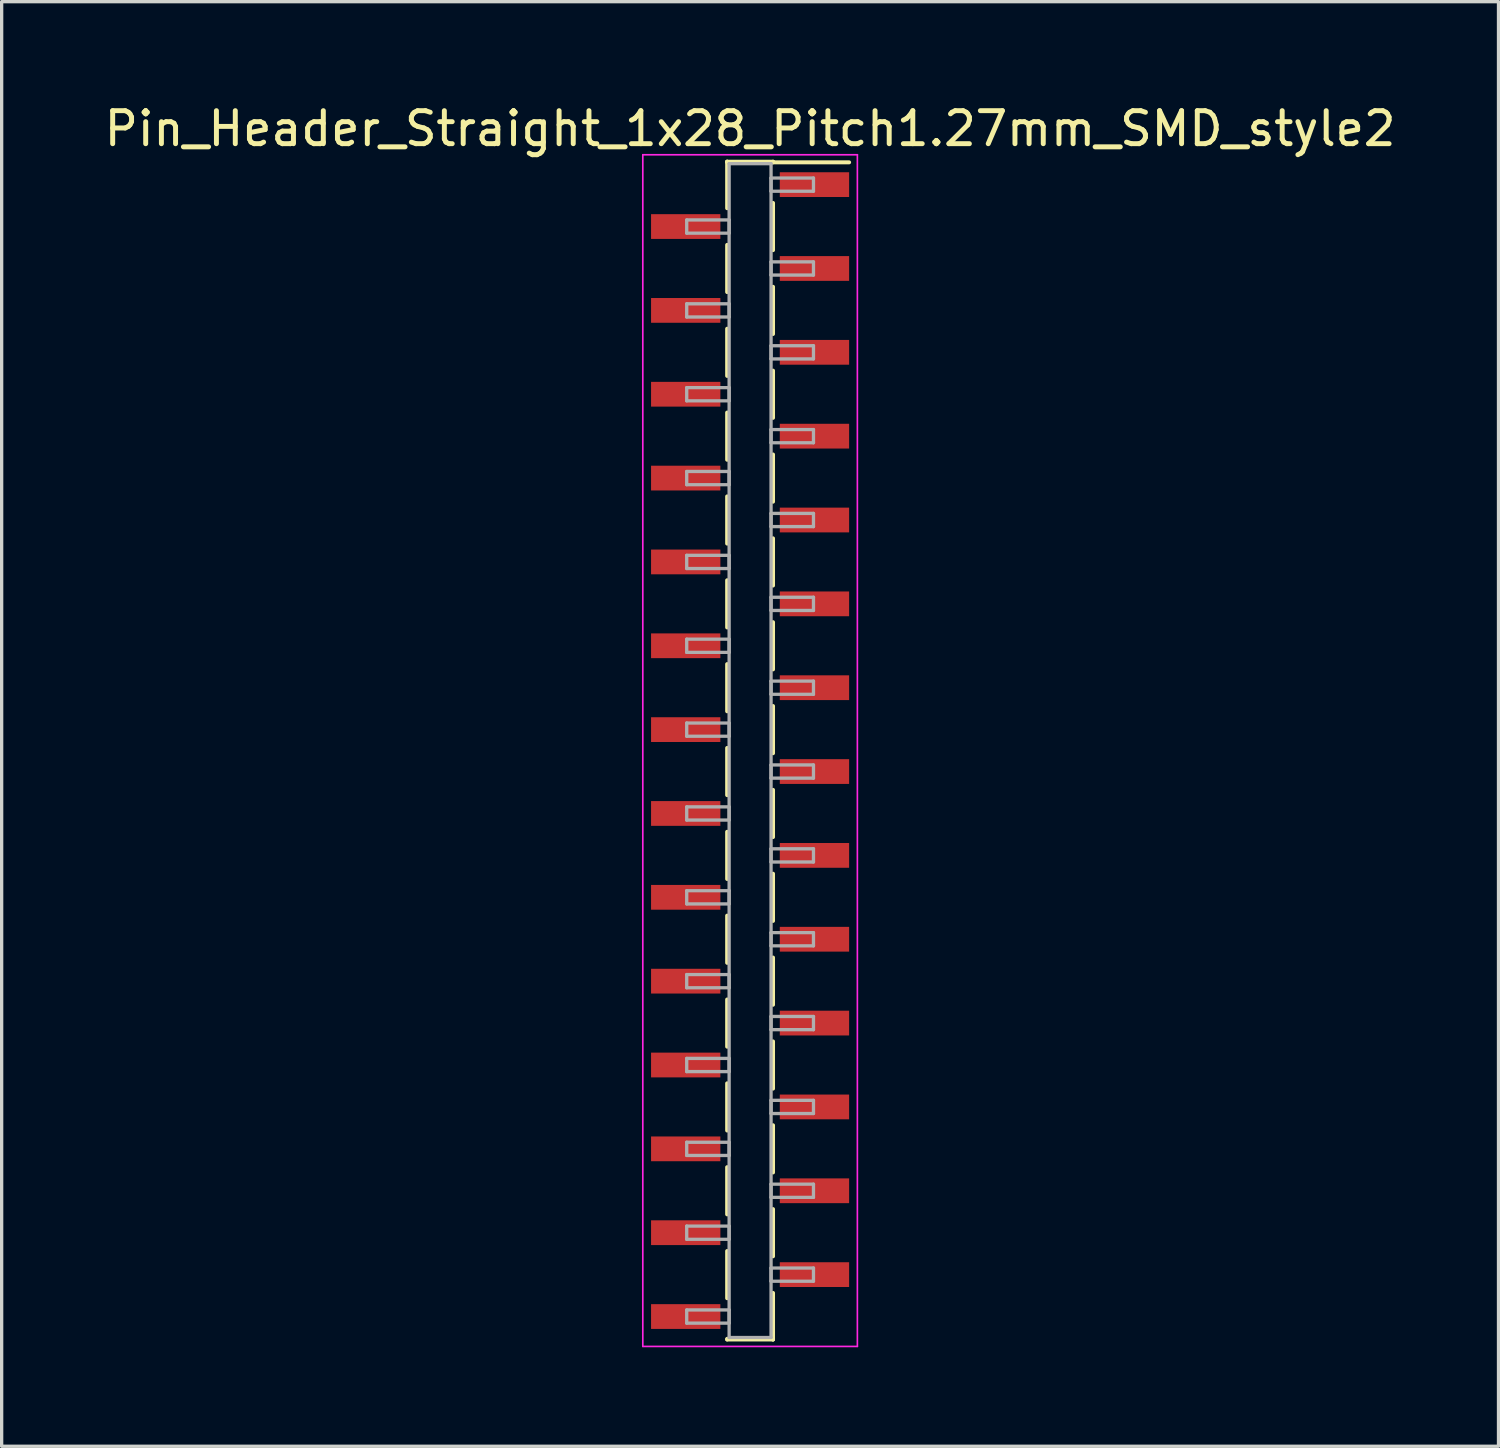
<source format=kicad_pcb>
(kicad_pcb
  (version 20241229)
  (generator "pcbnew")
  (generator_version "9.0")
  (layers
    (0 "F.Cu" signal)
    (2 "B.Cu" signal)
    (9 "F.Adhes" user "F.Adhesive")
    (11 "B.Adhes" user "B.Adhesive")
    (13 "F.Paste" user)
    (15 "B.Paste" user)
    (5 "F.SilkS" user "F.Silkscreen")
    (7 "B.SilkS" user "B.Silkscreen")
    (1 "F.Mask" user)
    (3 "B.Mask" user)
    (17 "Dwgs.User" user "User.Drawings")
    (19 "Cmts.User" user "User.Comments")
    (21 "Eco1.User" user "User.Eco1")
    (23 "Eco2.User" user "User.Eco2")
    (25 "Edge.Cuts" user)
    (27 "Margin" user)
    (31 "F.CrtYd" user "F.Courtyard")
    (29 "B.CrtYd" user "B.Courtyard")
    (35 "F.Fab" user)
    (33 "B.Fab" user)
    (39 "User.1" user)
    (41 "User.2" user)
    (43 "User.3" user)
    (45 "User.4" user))
  (footprint "Pin_Header_Straight_1x28_Pitch1.27mm_SMD_style2"
    (layer "F.Cu")
    (at 19.673 19.688)
    (property "Reference" "Pin_Header_Straight_1x28_Pitch1.27mm_SMD_style2" (at 0 -18.84 0) (layer "F.SilkS") (effects (font (size 1 1) (thickness 0.15))))
    (attr smd)
    (fp_line (start -0.695 -17.84) (end -0.695 -16.43) (stroke (width 0.12) (type solid)) (layer "F.SilkS"))
    (fp_line (start -0.695 -17.84) (end 0.695 -17.84) (stroke (width 0.12) (type solid)) (layer "F.SilkS"))
    (fp_line (start -0.695 -17.82) (end -0.695 -17.84) (stroke (width 0.12) (type solid)) (layer "F.SilkS"))
    (fp_line (start -0.695 -15.32) (end -0.695 -13.89) (stroke (width 0.12) (type solid)) (layer "F.SilkS"))
    (fp_line (start -0.695 -12.78) (end -0.695 -11.35) (stroke (width 0.12) (type solid)) (layer "F.SilkS"))
    (fp_line (start -0.695 -10.24) (end -0.695 -8.81) (stroke (width 0.12) (type solid)) (layer "F.SilkS"))
    (fp_line (start -0.695 -7.7) (end -0.695 -6.27) (stroke (width 0.12) (type solid)) (layer "F.SilkS"))
    (fp_line (start -0.695 -5.16) (end -0.695 -3.73) (stroke (width 0.12) (type solid)) (layer "F.SilkS"))
    (fp_line (start -0.695 -2.62) (end -0.695 -1.19) (stroke (width 0.12) (type solid)) (layer "F.SilkS"))
    (fp_line (start -0.695 -0.08) (end -0.695 1.35) (stroke (width 0.12) (type solid)) (layer "F.SilkS"))
    (fp_line (start -0.695 2.46) (end -0.695 3.89) (stroke (width 0.12) (type solid)) (layer "F.SilkS"))
    (fp_line (start -0.695 5) (end -0.695 6.43) (stroke (width 0.12) (type solid)) (layer "F.SilkS"))
    (fp_line (start -0.695 7.54) (end -0.695 8.97) (stroke (width 0.12) (type solid)) (layer "F.SilkS"))
    (fp_line (start -0.695 10.08) (end -0.695 11.51) (stroke (width 0.12) (type solid)) (layer "F.SilkS"))
    (fp_line (start -0.695 12.62) (end -0.695 14.05) (stroke (width 0.12) (type solid)) (layer "F.SilkS"))
    (fp_line (start -0.695 15.16) (end -0.695 16.59) (stroke (width 0.12) (type solid)) (layer "F.SilkS"))
    (fp_line (start -0.695 17.82) (end -0.695 17.84) (stroke (width 0.12) (type solid)) (layer "F.SilkS"))
    (fp_line (start -0.695 17.84) (end 0.695 17.84) (stroke (width 0.12) (type solid)) (layer "F.SilkS"))
    (fp_line (start 0.695 -17.84) (end 0.695 -17.82) (stroke (width 0.12) (type solid)) (layer "F.SilkS"))
    (fp_line (start 0.695 -17.82) (end 3 -17.82) (stroke (width 0.12) (type solid)) (layer "F.SilkS"))
    (fp_line (start 0.695 -16.59) (end 0.695 -15.16) (stroke (width 0.12) (type solid)) (layer "F.SilkS"))
    (fp_line (start 0.695 -14.05) (end 0.695 -12.62) (stroke (width 0.12) (type solid)) (layer "F.SilkS"))
    (fp_line (start 0.695 -11.51) (end 0.695 -10.08) (stroke (width 0.12) (type solid)) (layer "F.SilkS"))
    (fp_line (start 0.695 -8.97) (end 0.695 -7.54) (stroke (width 0.12) (type solid)) (layer "F.SilkS"))
    (fp_line (start 0.695 -6.43) (end 0.695 -5) (stroke (width 0.12) (type solid)) (layer "F.SilkS"))
    (fp_line (start 0.695 -3.89) (end 0.695 -2.46) (stroke (width 0.12) (type solid)) (layer "F.SilkS"))
    (fp_line (start 0.695 -1.35) (end 0.695 0.08) (stroke (width 0.12) (type solid)) (layer "F.SilkS"))
    (fp_line (start 0.695 1.19) (end 0.695 2.62) (stroke (width 0.12) (type solid)) (layer "F.SilkS"))
    (fp_line (start 0.695 3.73) (end 0.695 5.16) (stroke (width 0.12) (type solid)) (layer "F.SilkS"))
    (fp_line (start 0.695 6.27) (end 0.695 7.7) (stroke (width 0.12) (type solid)) (layer "F.SilkS"))
    (fp_line (start 0.695 8.81) (end 0.695 10.24) (stroke (width 0.12) (type solid)) (layer "F.SilkS"))
    (fp_line (start 0.695 11.35) (end 0.695 12.78) (stroke (width 0.12) (type solid)) (layer "F.SilkS"))
    (fp_line (start 0.695 13.89) (end 0.695 15.32) (stroke (width 0.12) (type solid)) (layer "F.SilkS"))
    (fp_line (start 0.695 16.43) (end 0.695 17.84) (stroke (width 0.12) (type solid)) (layer "F.SilkS"))
    (fp_line (start 0.695 17.84) (end 0.695 17.82) (stroke (width 0.12) (type solid)) (layer "F.SilkS"))
    (fp_line (start -3.25 -18.05) (end -3.25 18.05) (stroke (width 0.05) (type solid)) (layer "F.CrtYd"))
    (fp_line (start -3.25 18.05) (end 3.25 18.05) (stroke (width 0.05) (type solid)) (layer "F.CrtYd"))
    (fp_line (start 3.25 -18.05) (end -3.25 -18.05) (stroke (width 0.05) (type solid)) (layer "F.CrtYd"))
    (fp_line (start 3.25 18.05) (end 3.25 -18.05) (stroke (width 0.05) (type solid)) (layer "F.CrtYd"))
    (fp_line (start -1.92 -16.075) (end -0.635 -16.075) (stroke (width 0.1) (type solid)) (layer "F.Fab"))
    (fp_line (start -1.92 -15.675) (end -1.92 -16.075) (stroke (width 0.1) (type solid)) (layer "F.Fab"))
    (fp_line (start -1.92 -13.535) (end -0.635 -13.535) (stroke (width 0.1) (type solid)) (layer "F.Fab"))
    (fp_line (start -1.92 -13.135) (end -1.92 -13.535) (stroke (width 0.1) (type solid)) (layer "F.Fab"))
    (fp_line (start -1.92 -10.995) (end -0.635 -10.995) (stroke (width 0.1) (type solid)) (layer "F.Fab"))
    (fp_line (start -1.92 -10.595) (end -1.92 -10.995) (stroke (width 0.1) (type solid)) (layer "F.Fab"))
    (fp_line (start -1.92 -8.455) (end -0.635 -8.455) (stroke (width 0.1) (type solid)) (layer "F.Fab"))
    (fp_line (start -1.92 -8.055) (end -1.92 -8.455) (stroke (width 0.1) (type solid)) (layer "F.Fab"))
    (fp_line (start -1.92 -5.915) (end -0.635 -5.915) (stroke (width 0.1) (type solid)) (layer "F.Fab"))
    (fp_line (start -1.92 -5.515) (end -1.92 -5.915) (stroke (width 0.1) (type solid)) (layer "F.Fab"))
    (fp_line (start -1.92 -3.375) (end -0.635 -3.375) (stroke (width 0.1) (type solid)) (layer "F.Fab"))
    (fp_line (start -1.92 -2.975) (end -1.92 -3.375) (stroke (width 0.1) (type solid)) (layer "F.Fab"))
    (fp_line (start -1.92 -0.835) (end -0.635 -0.835) (stroke (width 0.1) (type solid)) (layer "F.Fab"))
    (fp_line (start -1.92 -0.435) (end -1.92 -0.835) (stroke (width 0.1) (type solid)) (layer "F.Fab"))
    (fp_line (start -1.92 1.705) (end -0.635 1.705) (stroke (width 0.1) (type solid)) (layer "F.Fab"))
    (fp_line (start -1.92 2.105) (end -1.92 1.705) (stroke (width 0.1) (type solid)) (layer "F.Fab"))
    (fp_line (start -1.92 4.245) (end -0.635 4.245) (stroke (width 0.1) (type solid)) (layer "F.Fab"))
    (fp_line (start -1.92 4.645) (end -1.92 4.245) (stroke (width 0.1) (type solid)) (layer "F.Fab"))
    (fp_line (start -1.92 6.785) (end -0.635 6.785) (stroke (width 0.1) (type solid)) (layer "F.Fab"))
    (fp_line (start -1.92 7.185) (end -1.92 6.785) (stroke (width 0.1) (type solid)) (layer "F.Fab"))
    (fp_line (start -1.92 9.325) (end -0.635 9.325) (stroke (width 0.1) (type solid)) (layer "F.Fab"))
    (fp_line (start -1.92 9.725) (end -1.92 9.325) (stroke (width 0.1) (type solid)) (layer "F.Fab"))
    (fp_line (start -1.92 11.865) (end -0.635 11.865) (stroke (width 0.1) (type solid)) (layer "F.Fab"))
    (fp_line (start -1.92 12.265) (end -1.92 11.865) (stroke (width 0.1) (type solid)) (layer "F.Fab"))
    (fp_line (start -1.92 14.405) (end -0.635 14.405) (stroke (width 0.1) (type solid)) (layer "F.Fab"))
    (fp_line (start -1.92 14.805) (end -1.92 14.405) (stroke (width 0.1) (type solid)) (layer "F.Fab"))
    (fp_line (start -1.92 16.945) (end -0.635 16.945) (stroke (width 0.1) (type solid)) (layer "F.Fab"))
    (fp_line (start -1.92 17.345) (end -1.92 16.945) (stroke (width 0.1) (type solid)) (layer "F.Fab"))
    (fp_line (start -0.635 -17.78) (end -0.635 17.78) (stroke (width 0.1) (type solid)) (layer "F.Fab"))
    (fp_line (start -0.635 -16.075) (end -0.635 -15.675) (stroke (width 0.1) (type solid)) (layer "F.Fab"))
    (fp_line (start -0.635 -15.675) (end -1.92 -15.675) (stroke (width 0.1) (type solid)) (layer "F.Fab"))
    (fp_line (start -0.635 -13.535) (end -0.635 -13.135) (stroke (width 0.1) (type solid)) (layer "F.Fab"))
    (fp_line (start -0.635 -13.135) (end -1.92 -13.135) (stroke (width 0.1) (type solid)) (layer "F.Fab"))
    (fp_line (start -0.635 -10.995) (end -0.635 -10.595) (stroke (width 0.1) (type solid)) (layer "F.Fab"))
    (fp_line (start -0.635 -10.595) (end -1.92 -10.595) (stroke (width 0.1) (type solid)) (layer "F.Fab"))
    (fp_line (start -0.635 -8.455) (end -0.635 -8.055) (stroke (width 0.1) (type solid)) (layer "F.Fab"))
    (fp_line (start -0.635 -8.055) (end -1.92 -8.055) (stroke (width 0.1) (type solid)) (layer "F.Fab"))
    (fp_line (start -0.635 -5.915) (end -0.635 -5.515) (stroke (width 0.1) (type solid)) (layer "F.Fab"))
    (fp_line (start -0.635 -5.515) (end -1.92 -5.515) (stroke (width 0.1) (type solid)) (layer "F.Fab"))
    (fp_line (start -0.635 -3.375) (end -0.635 -2.975) (stroke (width 0.1) (type solid)) (layer "F.Fab"))
    (fp_line (start -0.635 -2.975) (end -1.92 -2.975) (stroke (width 0.1) (type solid)) (layer "F.Fab"))
    (fp_line (start -0.635 -0.835) (end -0.635 -0.435) (stroke (width 0.1) (type solid)) (layer "F.Fab"))
    (fp_line (start -0.635 -0.435) (end -1.92 -0.435) (stroke (width 0.1) (type solid)) (layer "F.Fab"))
    (fp_line (start -0.635 1.705) (end -0.635 2.105) (stroke (width 0.1) (type solid)) (layer "F.Fab"))
    (fp_line (start -0.635 2.105) (end -1.92 2.105) (stroke (width 0.1) (type solid)) (layer "F.Fab"))
    (fp_line (start -0.635 4.245) (end -0.635 4.645) (stroke (width 0.1) (type solid)) (layer "F.Fab"))
    (fp_line (start -0.635 4.645) (end -1.92 4.645) (stroke (width 0.1) (type solid)) (layer "F.Fab"))
    (fp_line (start -0.635 6.785) (end -0.635 7.185) (stroke (width 0.1) (type solid)) (layer "F.Fab"))
    (fp_line (start -0.635 7.185) (end -1.92 7.185) (stroke (width 0.1) (type solid)) (layer "F.Fab"))
    (fp_line (start -0.635 9.325) (end -0.635 9.725) (stroke (width 0.1) (type solid)) (layer "F.Fab"))
    (fp_line (start -0.635 9.725) (end -1.92 9.725) (stroke (width 0.1) (type solid)) (layer "F.Fab"))
    (fp_line (start -0.635 11.865) (end -0.635 12.265) (stroke (width 0.1) (type solid)) (layer "F.Fab"))
    (fp_line (start -0.635 12.265) (end -1.92 12.265) (stroke (width 0.1) (type solid)) (layer "F.Fab"))
    (fp_line (start -0.635 14.405) (end -0.635 14.805) (stroke (width 0.1) (type solid)) (layer "F.Fab"))
    (fp_line (start -0.635 14.805) (end -1.92 14.805) (stroke (width 0.1) (type solid)) (layer "F.Fab"))
    (fp_line (start -0.635 16.945) (end -0.635 17.345) (stroke (width 0.1) (type solid)) (layer "F.Fab"))
    (fp_line (start -0.635 17.345) (end -1.92 17.345) (stroke (width 0.1) (type solid)) (layer "F.Fab"))
    (fp_line (start -0.635 17.78) (end 0.635 17.78) (stroke (width 0.1) (type solid)) (layer "F.Fab"))
    (fp_line (start 0.635 -17.78) (end -0.635 -17.78) (stroke (width 0.1) (type solid)) (layer "F.Fab"))
    (fp_line (start 0.635 -17.345) (end 0.635 -16.945) (stroke (width 0.1) (type solid)) (layer "F.Fab"))
    (fp_line (start 0.635 -16.945) (end 1.92 -16.945) (stroke (width 0.1) (type solid)) (layer "F.Fab"))
    (fp_line (start 0.635 -14.805) (end 0.635 -14.405) (stroke (width 0.1) (type solid)) (layer "F.Fab"))
    (fp_line (start 0.635 -14.405) (end 1.92 -14.405) (stroke (width 0.1) (type solid)) (layer "F.Fab"))
    (fp_line (start 0.635 -12.265) (end 0.635 -11.865) (stroke (width 0.1) (type solid)) (layer "F.Fab"))
    (fp_line (start 0.635 -11.865) (end 1.92 -11.865) (stroke (width 0.1) (type solid)) (layer "F.Fab"))
    (fp_line (start 0.635 -9.725) (end 0.635 -9.325) (stroke (width 0.1) (type solid)) (layer "F.Fab"))
    (fp_line (start 0.635 -9.325) (end 1.92 -9.325) (stroke (width 0.1) (type solid)) (layer "F.Fab"))
    (fp_line (start 0.635 -7.185) (end 0.635 -6.785) (stroke (width 0.1) (type solid)) (layer "F.Fab"))
    (fp_line (start 0.635 -6.785) (end 1.92 -6.785) (stroke (width 0.1) (type solid)) (layer "F.Fab"))
    (fp_line (start 0.635 -4.645) (end 0.635 -4.245) (stroke (width 0.1) (type solid)) (layer "F.Fab"))
    (fp_line (start 0.635 -4.245) (end 1.92 -4.245) (stroke (width 0.1) (type solid)) (layer "F.Fab"))
    (fp_line (start 0.635 -2.105) (end 0.635 -1.705) (stroke (width 0.1) (type solid)) (layer "F.Fab"))
    (fp_line (start 0.635 -1.705) (end 1.92 -1.705) (stroke (width 0.1) (type solid)) (layer "F.Fab"))
    (fp_line (start 0.635 0.435) (end 0.635 0.835) (stroke (width 0.1) (type solid)) (layer "F.Fab"))
    (fp_line (start 0.635 0.835) (end 1.92 0.835) (stroke (width 0.1) (type solid)) (layer "F.Fab"))
    (fp_line (start 0.635 2.975) (end 0.635 3.375) (stroke (width 0.1) (type solid)) (layer "F.Fab"))
    (fp_line (start 0.635 3.375) (end 1.92 3.375) (stroke (width 0.1) (type solid)) (layer "F.Fab"))
    (fp_line (start 0.635 5.515) (end 0.635 5.915) (stroke (width 0.1) (type solid)) (layer "F.Fab"))
    (fp_line (start 0.635 5.915) (end 1.92 5.915) (stroke (width 0.1) (type solid)) (layer "F.Fab"))
    (fp_line (start 0.635 8.055) (end 0.635 8.455) (stroke (width 0.1) (type solid)) (layer "F.Fab"))
    (fp_line (start 0.635 8.455) (end 1.92 8.455) (stroke (width 0.1) (type solid)) (layer "F.Fab"))
    (fp_line (start 0.635 10.595) (end 0.635 10.995) (stroke (width 0.1) (type solid)) (layer "F.Fab"))
    (fp_line (start 0.635 10.995) (end 1.92 10.995) (stroke (width 0.1) (type solid)) (layer "F.Fab"))
    (fp_line (start 0.635 13.135) (end 0.635 13.535) (stroke (width 0.1) (type solid)) (layer "F.Fab"))
    (fp_line (start 0.635 13.535) (end 1.92 13.535) (stroke (width 0.1) (type solid)) (layer "F.Fab"))
    (fp_line (start 0.635 15.675) (end 0.635 16.075) (stroke (width 0.1) (type solid)) (layer "F.Fab"))
    (fp_line (start 0.635 16.075) (end 1.92 16.075) (stroke (width 0.1) (type solid)) (layer "F.Fab"))
    (fp_line (start 0.635 17.78) (end 0.635 -17.78) (stroke (width 0.1) (type solid)) (layer "F.Fab"))
    (fp_line (start 1.92 -17.345) (end 0.635 -17.345) (stroke (width 0.1) (type solid)) (layer "F.Fab"))
    (fp_line (start 1.92 -16.945) (end 1.92 -17.345) (stroke (width 0.1) (type solid)) (layer "F.Fab"))
    (fp_line (start 1.92 -14.805) (end 0.635 -14.805) (stroke (width 0.1) (type solid)) (layer "F.Fab"))
    (fp_line (start 1.92 -14.405) (end 1.92 -14.805) (stroke (width 0.1) (type solid)) (layer "F.Fab"))
    (fp_line (start 1.92 -12.265) (end 0.635 -12.265) (stroke (width 0.1) (type solid)) (layer "F.Fab"))
    (fp_line (start 1.92 -11.865) (end 1.92 -12.265) (stroke (width 0.1) (type solid)) (layer "F.Fab"))
    (fp_line (start 1.92 -9.725) (end 0.635 -9.725) (stroke (width 0.1) (type solid)) (layer "F.Fab"))
    (fp_line (start 1.92 -9.325) (end 1.92 -9.725) (stroke (width 0.1) (type solid)) (layer "F.Fab"))
    (fp_line (start 1.92 -7.185) (end 0.635 -7.185) (stroke (width 0.1) (type solid)) (layer "F.Fab"))
    (fp_line (start 1.92 -6.785) (end 1.92 -7.185) (stroke (width 0.1) (type solid)) (layer "F.Fab"))
    (fp_line (start 1.92 -4.645) (end 0.635 -4.645) (stroke (width 0.1) (type solid)) (layer "F.Fab"))
    (fp_line (start 1.92 -4.245) (end 1.92 -4.645) (stroke (width 0.1) (type solid)) (layer "F.Fab"))
    (fp_line (start 1.92 -2.105) (end 0.635 -2.105) (stroke (width 0.1) (type solid)) (layer "F.Fab"))
    (fp_line (start 1.92 -1.705) (end 1.92 -2.105) (stroke (width 0.1) (type solid)) (layer "F.Fab"))
    (fp_line (start 1.92 0.435) (end 0.635 0.435) (stroke (width 0.1) (type solid)) (layer "F.Fab"))
    (fp_line (start 1.92 0.835) (end 1.92 0.435) (stroke (width 0.1) (type solid)) (layer "F.Fab"))
    (fp_line (start 1.92 2.975) (end 0.635 2.975) (stroke (width 0.1) (type solid)) (layer "F.Fab"))
    (fp_line (start 1.92 3.375) (end 1.92 2.975) (stroke (width 0.1) (type solid)) (layer "F.Fab"))
    (fp_line (start 1.92 5.515) (end 0.635 5.515) (stroke (width 0.1) (type solid)) (layer "F.Fab"))
    (fp_line (start 1.92 5.915) (end 1.92 5.515) (stroke (width 0.1) (type solid)) (layer "F.Fab"))
    (fp_line (start 1.92 8.055) (end 0.635 8.055) (stroke (width 0.1) (type solid)) (layer "F.Fab"))
    (fp_line (start 1.92 8.455) (end 1.92 8.055) (stroke (width 0.1) (type solid)) (layer "F.Fab"))
    (fp_line (start 1.92 10.595) (end 0.635 10.595) (stroke (width 0.1) (type solid)) (layer "F.Fab"))
    (fp_line (start 1.92 10.995) (end 1.92 10.595) (stroke (width 0.1) (type solid)) (layer "F.Fab"))
    (fp_line (start 1.92 13.135) (end 0.635 13.135) (stroke (width 0.1) (type solid)) (layer "F.Fab"))
    (fp_line (start 1.92 13.535) (end 1.92 13.135) (stroke (width 0.1) (type solid)) (layer "F.Fab"))
    (fp_line (start 1.92 15.675) (end 0.635 15.675) (stroke (width 0.1) (type solid)) (layer "F.Fab"))
    (fp_line (start 1.92 16.075) (end 1.92 15.675) (stroke (width 0.1) (type solid)) (layer "F.Fab"))
    (pad "1" smd rect (at 1.95 -17.145) (size 2.1 0.75) (layers "F.Cu" "F.Mask"))
    (pad "2" smd rect (at -1.95 -15.875) (size 2.1 0.75) (layers "F.Cu" "F.Mask"))
    (pad "3" smd rect (at 1.95 -14.605) (size 2.1 0.75) (layers "F.Cu" "F.Mask"))
    (pad "4" smd rect (at -1.95 -13.335) (size 2.1 0.75) (layers "F.Cu" "F.Mask"))
    (pad "5" smd rect (at 1.95 -12.065) (size 2.1 0.75) (layers "F.Cu" "F.Mask"))
    (pad "6" smd rect (at -1.95 -10.795) (size 2.1 0.75) (layers "F.Cu" "F.Mask"))
    (pad "7" smd rect (at 1.95 -9.525) (size 2.1 0.75) (layers "F.Cu" "F.Mask"))
    (pad "8" smd rect (at -1.95 -8.255) (size 2.1 0.75) (layers "F.Cu" "F.Mask"))
    (pad "9" smd rect (at 1.95 -6.985) (size 2.1 0.75) (layers "F.Cu" "F.Mask"))
    (pad "10" smd rect (at -1.95 -5.715) (size 2.1 0.75) (layers "F.Cu" "F.Mask"))
    (pad "11" smd rect (at 1.95 -4.445) (size 2.1 0.75) (layers "F.Cu" "F.Mask"))
    (pad "12" smd rect (at -1.95 -3.175) (size 2.1 0.75) (layers "F.Cu" "F.Mask"))
    (pad "13" smd rect (at 1.95 -1.905) (size 2.1 0.75) (layers "F.Cu" "F.Mask"))
    (pad "14" smd rect (at -1.95 -0.635) (size 2.1 0.75) (layers "F.Cu" "F.Mask"))
    (pad "15" smd rect (at 1.95 0.635) (size 2.1 0.75) (layers "F.Cu" "F.Mask"))
    (pad "16" smd rect (at -1.95 1.905) (size 2.1 0.75) (layers "F.Cu" "F.Mask"))
    (pad "17" smd rect (at 1.95 3.175) (size 2.1 0.75) (layers "F.Cu" "F.Mask"))
    (pad "18" smd rect (at -1.95 4.445) (size 2.1 0.75) (layers "F.Cu" "F.Mask"))
    (pad "19" smd rect (at 1.95 5.715) (size 2.1 0.75) (layers "F.Cu" "F.Mask"))
    (pad "20" smd rect (at -1.95 6.985) (size 2.1 0.75) (layers "F.Cu" "F.Mask"))
    (pad "21" smd rect (at 1.95 8.255) (size 2.1 0.75) (layers "F.Cu" "F.Mask"))
    (pad "22" smd rect (at -1.95 9.525) (size 2.1 0.75) (layers "F.Cu" "F.Mask"))
    (pad "23" smd rect (at 1.95 10.795) (size 2.1 0.75) (layers "F.Cu" "F.Mask"))
    (pad "24" smd rect (at -1.95 12.065) (size 2.1 0.75) (layers "F.Cu" "F.Mask"))
    (pad "25" smd rect (at 1.95 13.335) (size 2.1 0.75) (layers "F.Cu" "F.Mask"))
    (pad "26" smd rect (at -1.95 14.605) (size 2.1 0.75) (layers "F.Cu" "F.Mask"))
    (pad "27" smd rect (at 1.95 15.875) (size 2.1 0.75) (layers "F.Cu" "F.Mask"))
    (pad "28" smd rect (at -1.95 17.145) (size 2.1 0.75) (layers "F.Cu" "F.Mask")))
  (gr_rect
    (start -3 -3)
    (end 42.345 40.763)
    (stroke (width 0.1) (type default))
    (fill no)
    (layer "Edge.Cuts")))
</source>
